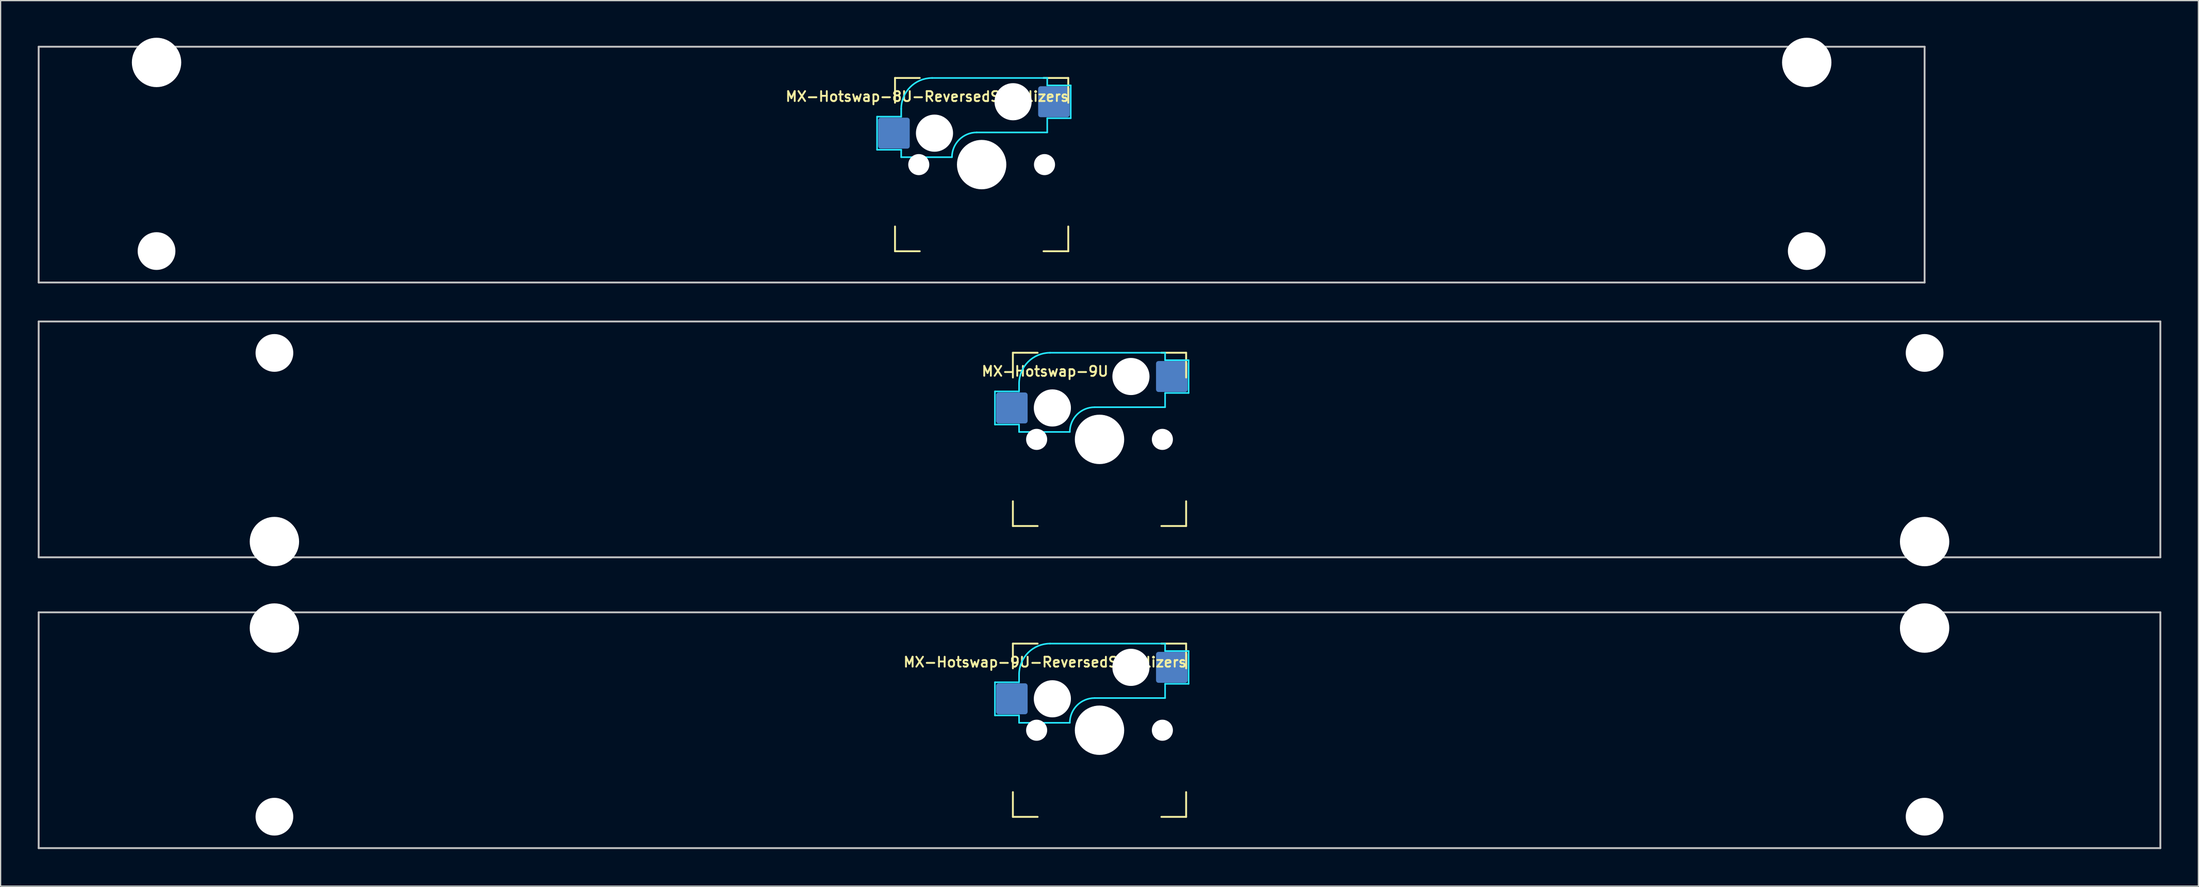
<source format=kicad_pcb>
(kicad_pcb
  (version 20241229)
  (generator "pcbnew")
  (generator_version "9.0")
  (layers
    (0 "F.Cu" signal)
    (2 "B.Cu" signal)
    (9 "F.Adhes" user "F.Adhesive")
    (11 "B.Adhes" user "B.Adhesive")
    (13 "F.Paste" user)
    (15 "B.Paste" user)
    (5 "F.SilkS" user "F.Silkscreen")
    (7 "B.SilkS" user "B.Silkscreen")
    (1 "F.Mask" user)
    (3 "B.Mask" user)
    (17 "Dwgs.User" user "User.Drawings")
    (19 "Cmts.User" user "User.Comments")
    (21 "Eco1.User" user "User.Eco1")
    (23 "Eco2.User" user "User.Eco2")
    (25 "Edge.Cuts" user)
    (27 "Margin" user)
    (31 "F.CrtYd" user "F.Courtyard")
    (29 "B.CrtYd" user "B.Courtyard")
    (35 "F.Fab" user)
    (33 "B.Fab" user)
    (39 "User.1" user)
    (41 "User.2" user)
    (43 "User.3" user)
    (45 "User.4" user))
  (footprint "MX-Hotswap-9U"
    (layer "F.Cu")
    (at 85.8 32.449)
    (property "Reference" "MX-Hotswap-9U" (at -4.4 -5.5 0) (layer "F.SilkS") (effects (font (size 0.8 0.8) (thickness 0.15))))
    (attr smd)
    (fp_line (start -7 -7) (end -7 -5) (stroke (width 0.15) (type solid)) (layer "F.SilkS"))
    (fp_line (start -7 5) (end -7 7) (stroke (width 0.15) (type solid)) (layer "F.SilkS"))
    (fp_line (start -7 7) (end -5 7) (stroke (width 0.15) (type solid)) (layer "F.SilkS"))
    (fp_line (start -5 -7) (end -7 -7) (stroke (width 0.15) (type solid)) (layer "F.SilkS"))
    (fp_line (start 5 -7) (end 7 -7) (stroke (width 0.15) (type solid)) (layer "F.SilkS"))
    (fp_line (start 5 7) (end 7 7) (stroke (width 0.15) (type solid)) (layer "F.SilkS"))
    (fp_line (start 7 -7) (end 7 -5) (stroke (width 0.15) (type solid)) (layer "F.SilkS"))
    (fp_line (start 7 7) (end 7 5) (stroke (width 0.15) (type solid)) (layer "F.SilkS"))
    (fp_line (start -85.725 9.525) (end -85.725 -9.525) (stroke (width 0.15) (type solid)) (layer "Dwgs.User"))
    (fp_line (start 85.725 -9.525) (end -85.725 -9.525) (stroke (width 0.15) (type solid)) (layer "Dwgs.User"))
    (fp_line (start 85.725 9.525) (end -85.725 9.525) (stroke (width 0.15) (type solid)) (layer "Dwgs.User"))
    (fp_line (start 85.725 9.525) (end 85.725 -9.525) (stroke (width 0.15) (type solid)) (layer "Dwgs.User"))
    (fp_line (start -8.45 -3.875) (end -8.45 -1.2) (stroke (width 0.127) (type solid)) (layer "B.CrtYd"))
    (fp_line (start -8.45 -1.2) (end -6.5 -1.2) (stroke (width 0.127) (type solid)) (layer "B.CrtYd"))
    (fp_line (start -6.5 -4.5) (end -6.5 -3.875) (stroke (width 0.127) (type solid)) (layer "B.CrtYd"))
    (fp_line (start -6.5 -3.875) (end -8.45 -3.875) (stroke (width 0.127) (type solid)) (layer "B.CrtYd"))
    (fp_line (start -6.5 -0.6) (end -6.5 -1.2) (stroke (width 0.127) (type solid)) (layer "B.CrtYd"))
    (fp_line (start -6.5 -0.6) (end -2.4 -0.6) (stroke (width 0.127) (type solid)) (layer "B.CrtYd"))
    (fp_line (start -0.4 -2.6) (end 5.3 -2.6) (stroke (width 0.127) (type solid)) (layer "B.CrtYd"))
    (fp_line (start 5.3 -7) (end -4 -7) (stroke (width 0.127) (type solid)) (layer "B.CrtYd"))
    (fp_line (start 5.3 -7) (end 5.3 -6.4) (stroke (width 0.127) (type solid)) (layer "B.CrtYd"))
    (fp_line (start 5.3 -6.4) (end 7.2 -6.4) (stroke (width 0.127) (type solid)) (layer "B.CrtYd"))
    (fp_line (start 5.3 -2.6) (end 5.3 -3.75) (stroke (width 0.127) (type solid)) (layer "B.CrtYd"))
    (fp_line (start 7.2 -6.4) (end 7.2 -3.75) (stroke (width 0.127) (type solid)) (layer "B.CrtYd"))
    (fp_line (start 7.2 -3.75) (end 5.3 -3.75) (stroke (width 0.127) (type solid)) (layer "B.CrtYd"))
    (fp_arc (start -6.5 -4.5) (mid -5.767767 -6.267767) (end -4 -7) (stroke (width 0.127) (type solid)) (layer "B.CrtYd"))
    (fp_arc (start -2.4 -0.6) (mid -1.814214 -2.014214) (end -0.4 -2.6) (stroke (width 0.127) (type solid)) (layer "B.CrtYd"))
    (pad "" np_thru_hole circle (at -66.675 -6.985) (size 3.048 3.048) (drill 3.048) (layers "*.Cu" "*.Mask"))
    (pad "" np_thru_hole circle (at -66.675 8.255) (size 3.988 3.988) (drill 3.988) (layers "*.Cu" "*.Mask"))
    (pad "" np_thru_hole circle (at -5.08 0 48.099) (size 1.702 1.702) (drill 1.702) (layers "*.Cu" "*.Mask"))
    (pad "" np_thru_hole circle (at -3.81 -2.54) (size 3 3) (drill 3) (layers "*.Cu" "*.Mask"))
    (pad "" np_thru_hole circle (at 0 0) (size 3.988 3.988) (drill 3.988) (layers "*.Cu" "*.Mask"))
    (pad "" np_thru_hole circle (at 2.54 -5.08) (size 3 3) (drill 3) (layers "*.Cu" "*.Mask"))
    (pad "" np_thru_hole circle (at 5.08 0 48.099) (size 1.702 1.702) (drill 1.702) (layers "*.Cu" "*.Mask"))
    (pad "" np_thru_hole circle (at 66.675 -6.985) (size 3.048 3.048) (drill 3.048) (layers "*.Cu" "*.Mask"))
    (pad "" np_thru_hole circle (at 66.675 8.255) (size 3.988 3.988) (drill 3.988) (layers "*.Cu" "*.Mask"))
    (pad "1" smd roundrect (at -7.085 -2.54) (size 2.55 2.5) (layers "B.Cu" "B.Mask" "B.Paste") (roundrect_rratio 0.08))
    (pad "2" smd roundrect (at 5.842 -5.08) (size 2.55 2.5) (layers "B.Cu" "B.Mask" "B.Paste") (roundrect_rratio 0.08)))
  (footprint "MX-Hotswap-8U-ReversedStabilizers"
    (layer "F.Cu")
    (at 76.275 10.249)
    (property "Reference" "MX-Hotswap-8U-ReversedStabilizers" (at -4.4 -5.5 0) (layer "F.SilkS") (effects (font (size 0.8 0.8) (thickness 0.15))))
    (attr smd)
    (fp_line (start -7 -7) (end -7 -5) (stroke (width 0.15) (type solid)) (layer "F.SilkS"))
    (fp_line (start -7 5) (end -7 7) (stroke (width 0.15) (type solid)) (layer "F.SilkS"))
    (fp_line (start -7 7) (end -5 7) (stroke (width 0.15) (type solid)) (layer "F.SilkS"))
    (fp_line (start -5 -7) (end -7 -7) (stroke (width 0.15) (type solid)) (layer "F.SilkS"))
    (fp_line (start 5 -7) (end 7 -7) (stroke (width 0.15) (type solid)) (layer "F.SilkS"))
    (fp_line (start 5 7) (end 7 7) (stroke (width 0.15) (type solid)) (layer "F.SilkS"))
    (fp_line (start 7 -7) (end 7 -5) (stroke (width 0.15) (type solid)) (layer "F.SilkS"))
    (fp_line (start 7 7) (end 7 5) (stroke (width 0.15) (type solid)) (layer "F.SilkS"))
    (fp_line (start -76.2 9.525) (end -76.2 -9.525) (stroke (width 0.15) (type solid)) (layer "Dwgs.User"))
    (fp_line (start 76.2 -9.525) (end -76.2 -9.525) (stroke (width 0.15) (type solid)) (layer "Dwgs.User"))
    (fp_line (start 76.2 9.525) (end -76.2 9.525) (stroke (width 0.15) (type solid)) (layer "Dwgs.User"))
    (fp_line (start 76.2 9.525) (end 76.2 -9.525) (stroke (width 0.15) (type solid)) (layer "Dwgs.User"))
    (fp_line (start -8.45 -3.875) (end -8.45 -1.2) (stroke (width 0.127) (type solid)) (layer "B.CrtYd"))
    (fp_line (start -8.45 -1.2) (end -6.5 -1.2) (stroke (width 0.127) (type solid)) (layer "B.CrtYd"))
    (fp_line (start -6.5 -4.5) (end -6.5 -3.875) (stroke (width 0.127) (type solid)) (layer "B.CrtYd"))
    (fp_line (start -6.5 -3.875) (end -8.45 -3.875) (stroke (width 0.127) (type solid)) (layer "B.CrtYd"))
    (fp_line (start -6.5 -0.6) (end -6.5 -1.2) (stroke (width 0.127) (type solid)) (layer "B.CrtYd"))
    (fp_line (start -6.5 -0.6) (end -2.4 -0.6) (stroke (width 0.127) (type solid)) (layer "B.CrtYd"))
    (fp_line (start -0.4 -2.6) (end 5.3 -2.6) (stroke (width 0.127) (type solid)) (layer "B.CrtYd"))
    (fp_line (start 5.3 -7) (end -4 -7) (stroke (width 0.127) (type solid)) (layer "B.CrtYd"))
    (fp_line (start 5.3 -7) (end 5.3 -6.4) (stroke (width 0.127) (type solid)) (layer "B.CrtYd"))
    (fp_line (start 5.3 -6.4) (end 7.2 -6.4) (stroke (width 0.127) (type solid)) (layer "B.CrtYd"))
    (fp_line (start 5.3 -2.6) (end 5.3 -3.75) (stroke (width 0.127) (type solid)) (layer "B.CrtYd"))
    (fp_line (start 7.2 -6.4) (end 7.2 -3.75) (stroke (width 0.127) (type solid)) (layer "B.CrtYd"))
    (fp_line (start 7.2 -3.75) (end 5.3 -3.75) (stroke (width 0.127) (type solid)) (layer "B.CrtYd"))
    (fp_arc (start -6.5 -4.5) (mid -5.767767 -6.267767) (end -4 -7) (stroke (width 0.127) (type solid)) (layer "B.CrtYd"))
    (fp_arc (start -2.4 -0.6) (mid -1.814214 -2.014214) (end -0.4 -2.6) (stroke (width 0.127) (type solid)) (layer "B.CrtYd"))
    (pad "" np_thru_hole circle (at -66.675 -8.255) (size 3.988 3.988) (drill 3.988) (layers "*.Cu" "*.Mask"))
    (pad "" np_thru_hole circle (at -66.675 6.985) (size 3.048 3.048) (drill 3.048) (layers "*.Cu" "*.Mask"))
    (pad "" np_thru_hole circle (at -5.08 0 48.099) (size 1.702 1.702) (drill 1.702) (layers "*.Cu" "*.Mask"))
    (pad "" np_thru_hole circle (at -3.81 -2.54) (size 3 3) (drill 3) (layers "*.Cu" "*.Mask"))
    (pad "" np_thru_hole circle (at 0 0) (size 3.988 3.988) (drill 3.988) (layers "*.Cu" "*.Mask"))
    (pad "" np_thru_hole circle (at 2.54 -5.08) (size 3 3) (drill 3) (layers "*.Cu" "*.Mask"))
    (pad "" np_thru_hole circle (at 5.08 0 48.099) (size 1.702 1.702) (drill 1.702) (layers "*.Cu" "*.Mask"))
    (pad "" np_thru_hole circle (at 66.675 -8.255) (size 3.988 3.988) (drill 3.988) (layers "*.Cu" "*.Mask"))
    (pad "" np_thru_hole circle (at 66.675 6.985) (size 3.048 3.048) (drill 3.048) (layers "*.Cu" "*.Mask"))
    (pad "1" smd roundrect (at -7.085 -2.54) (size 2.55 2.5) (layers "B.Cu" "B.Mask" "B.Paste") (roundrect_rratio 0.08))
    (pad "2" smd roundrect (at 5.842 -5.08) (size 2.55 2.5) (layers "B.Cu" "B.Mask" "B.Paste") (roundrect_rratio 0.08)))
  (footprint "MX-Hotswap-9U-ReversedStabilizers"
    (layer "F.Cu")
    (at 85.8 55.947)
    (property "Reference" "MX-Hotswap-9U-ReversedStabilizers" (at -4.4 -5.5 0) (layer "F.SilkS") (effects (font (size 0.8 0.8) (thickness 0.15))))
    (attr smd)
    (fp_line (start -7 -7) (end -7 -5) (stroke (width 0.15) (type solid)) (layer "F.SilkS"))
    (fp_line (start -7 5) (end -7 7) (stroke (width 0.15) (type solid)) (layer "F.SilkS"))
    (fp_line (start -7 7) (end -5 7) (stroke (width 0.15) (type solid)) (layer "F.SilkS"))
    (fp_line (start -5 -7) (end -7 -7) (stroke (width 0.15) (type solid)) (layer "F.SilkS"))
    (fp_line (start 5 -7) (end 7 -7) (stroke (width 0.15) (type solid)) (layer "F.SilkS"))
    (fp_line (start 5 7) (end 7 7) (stroke (width 0.15) (type solid)) (layer "F.SilkS"))
    (fp_line (start 7 -7) (end 7 -5) (stroke (width 0.15) (type solid)) (layer "F.SilkS"))
    (fp_line (start 7 7) (end 7 5) (stroke (width 0.15) (type solid)) (layer "F.SilkS"))
    (fp_line (start -85.725 9.525) (end -85.725 -9.525) (stroke (width 0.15) (type solid)) (layer "Dwgs.User"))
    (fp_line (start 85.725 -9.525) (end -85.725 -9.525) (stroke (width 0.15) (type solid)) (layer "Dwgs.User"))
    (fp_line (start 85.725 9.525) (end -85.725 9.525) (stroke (width 0.15) (type solid)) (layer "Dwgs.User"))
    (fp_line (start 85.725 9.525) (end 85.725 -9.525) (stroke (width 0.15) (type solid)) (layer "Dwgs.User"))
    (fp_line (start -8.45 -3.875) (end -8.45 -1.2) (stroke (width 0.127) (type solid)) (layer "B.CrtYd"))
    (fp_line (start -8.45 -1.2) (end -6.5 -1.2) (stroke (width 0.127) (type solid)) (layer "B.CrtYd"))
    (fp_line (start -6.5 -4.5) (end -6.5 -3.875) (stroke (width 0.127) (type solid)) (layer "B.CrtYd"))
    (fp_line (start -6.5 -3.875) (end -8.45 -3.875) (stroke (width 0.127) (type solid)) (layer "B.CrtYd"))
    (fp_line (start -6.5 -0.6) (end -6.5 -1.2) (stroke (width 0.127) (type solid)) (layer "B.CrtYd"))
    (fp_line (start -6.5 -0.6) (end -2.4 -0.6) (stroke (width 0.127) (type solid)) (layer "B.CrtYd"))
    (fp_line (start -0.4 -2.6) (end 5.3 -2.6) (stroke (width 0.127) (type solid)) (layer "B.CrtYd"))
    (fp_line (start 5.3 -7) (end -4 -7) (stroke (width 0.127) (type solid)) (layer "B.CrtYd"))
    (fp_line (start 5.3 -7) (end 5.3 -6.4) (stroke (width 0.127) (type solid)) (layer "B.CrtYd"))
    (fp_line (start 5.3 -6.4) (end 7.2 -6.4) (stroke (width 0.127) (type solid)) (layer "B.CrtYd"))
    (fp_line (start 5.3 -2.6) (end 5.3 -3.75) (stroke (width 0.127) (type solid)) (layer "B.CrtYd"))
    (fp_line (start 7.2 -6.4) (end 7.2 -3.75) (stroke (width 0.127) (type solid)) (layer "B.CrtYd"))
    (fp_line (start 7.2 -3.75) (end 5.3 -3.75) (stroke (width 0.127) (type solid)) (layer "B.CrtYd"))
    (fp_arc (start -6.5 -4.5) (mid -5.767767 -6.267767) (end -4 -7) (stroke (width 0.127) (type solid)) (layer "B.CrtYd"))
    (fp_arc (start -2.4 -0.6) (mid -1.814214 -2.014214) (end -0.4 -2.6) (stroke (width 0.127) (type solid)) (layer "B.CrtYd"))
    (pad "" np_thru_hole circle (at -66.675 -8.255) (size 3.988 3.988) (drill 3.988) (layers "*.Cu" "*.Mask"))
    (pad "" np_thru_hole circle (at -66.675 6.985) (size 3.048 3.048) (drill 3.048) (layers "*.Cu" "*.Mask"))
    (pad "" np_thru_hole circle (at -5.08 0 48.099) (size 1.702 1.702) (drill 1.702) (layers "*.Cu" "*.Mask"))
    (pad "" np_thru_hole circle (at -3.81 -2.54) (size 3 3) (drill 3) (layers "*.Cu" "*.Mask"))
    (pad "" np_thru_hole circle (at 0 0) (size 3.988 3.988) (drill 3.988) (layers "*.Cu" "*.Mask"))
    (pad "" np_thru_hole circle (at 2.54 -5.08) (size 3 3) (drill 3) (layers "*.Cu" "*.Mask"))
    (pad "" np_thru_hole circle (at 5.08 0 48.099) (size 1.702 1.702) (drill 1.702) (layers "*.Cu" "*.Mask"))
    (pad "" np_thru_hole circle (at 66.675 -8.255) (size 3.988 3.988) (drill 3.988) (layers "*.Cu" "*.Mask"))
    (pad "" np_thru_hole circle (at 66.675 6.985) (size 3.048 3.048) (drill 3.048) (layers "*.Cu" "*.Mask"))
    (pad "1" smd roundrect (at -7.085 -2.54) (size 2.55 2.5) (layers "B.Cu" "B.Mask" "B.Paste") (roundrect_rratio 0.08))
    (pad "2" smd roundrect (at 5.842 -5.08) (size 2.55 2.5) (layers "B.Cu" "B.Mask" "B.Paste") (roundrect_rratio 0.08)))
  (gr_rect
    (start -3 -3)
    (end 174.6 68.547)
    (stroke (width 0.1) (type default))
    (fill no)
    (layer "Edge.Cuts")))
</source>
